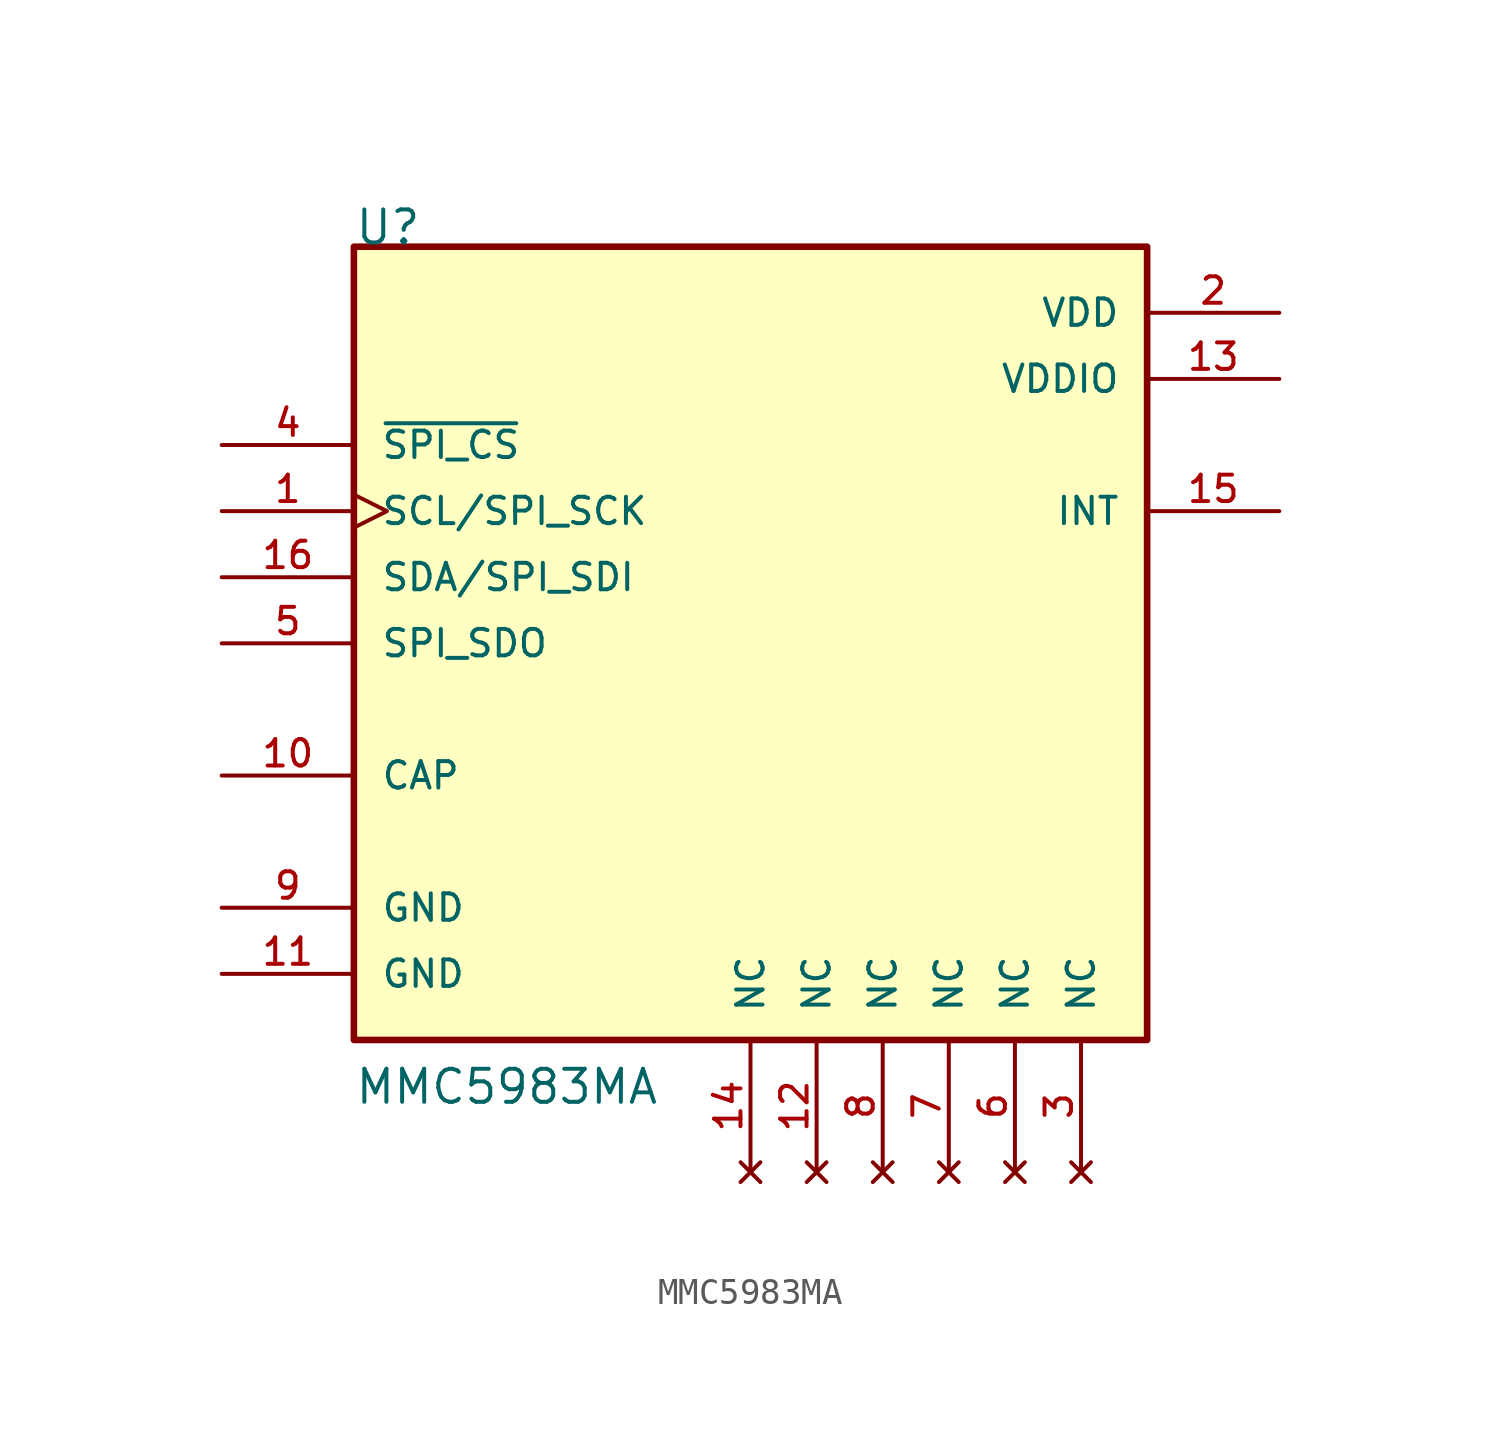
<source format=kicad_sym>
(kicad_symbol_lib
  (version 20220914)
  (generator kicad_symbol_editor)
  (symbol "MMC5983MA"
    (pin_names
      (offset 1.016))
    (property "Reference" "U"
      (at -15.24 15.24 0)
      (effects (font (size 1.27 1.27)) (justify left bottom)))
    (property "Value" "MMC5983MA"
      (at -15.24 -17.78 0)
      (effects (font (size 1.27 1.27)) (justify left bottom)))
    (symbol "MMC5983MA_0_0"
      (rectangle (start -15.24 -15.24) (end 15.24 15.24) (stroke (width 0.254) (type default)) (fill (type background)))
      (pin input clock (at -20.32 5.08 0) (length 5.08) (name "SCL/SPI_SCK" (effects (font (size 1.016 1.016)))) (number "1" (effects (font (size 1.016 1.016)))))
      (pin passive line (at -20.32 -5.08 0) (length 5.08) (name "CAP" (effects (font (size 1.016 1.016)))) (number "10" (effects (font (size 1.016 1.016)))))
      (pin power_in line (at -20.32 -12.7 0) (length 5.08) (name "GND" (effects (font (size 1.016 1.016)))) (number "11" (effects (font (size 1.016 1.016)))))
      (pin no_connect line (at 2.54 -20.32 90) (length 5.08) (name "NC" (effects (font (size 1.016 1.016)))) (number "12" (effects (font (size 1.016 1.016)))))
      (pin power_in line (at 20.32 10.16 180) (length 5.08) (name "VDDIO" (effects (font (size 1.016 1.016)))) (number "13" (effects (font (size 1.016 1.016)))))
      (pin no_connect line (at 0 -20.32 90) (length 5.08) (name "NC" (effects (font (size 1.016 1.016)))) (number "14" (effects (font (size 1.016 1.016)))))
      (pin output line (at 20.32 5.08 180) (length 5.08) (name "INT" (effects (font (size 1.016 1.016)))) (number "15" (effects (font (size 1.016 1.016)))))
      (pin bidirectional line (at -20.32 2.54 0) (length 5.08) (name "SDA/SPI_SDI" (effects (font (size 1.016 1.016)))) (number "16" (effects (font (size 1.016 1.016)))))
      (pin power_in line (at 20.32 12.7 180) (length 5.08) (name "VDD" (effects (font (size 1.016 1.016)))) (number "2" (effects (font (size 1.016 1.016)))))
      (pin no_connect line (at 12.7 -20.32 90) (length 5.08) (name "NC" (effects (font (size 1.016 1.016)))) (number "3" (effects (font (size 1.016 1.016)))))
      (pin input line (at -20.32 7.62 0) (length 5.08) (name "~{SPI_CS}" (effects (font (size 1.016 1.016)))) (number "4" (effects (font (size 1.016 1.016)))))
      (pin output line (at -20.32 0 0) (length 5.08) (name "SPI_SDO" (effects (font (size 1.016 1.016)))) (number "5" (effects (font (size 1.016 1.016)))))
      (pin no_connect line (at 10.16 -20.32 90) (length 5.08) (name "NC" (effects (font (size 1.016 1.016)))) (number "6" (effects (font (size 1.016 1.016)))))
      (pin no_connect line (at 7.62 -20.32 90) (length 5.08) (name "NC" (effects (font (size 1.016 1.016)))) (number "7" (effects (font (size 1.016 1.016)))))
      (pin no_connect line (at 5.08 -20.32 90) (length 5.08) (name "NC" (effects (font (size 1.016 1.016)))) (number "8" (effects (font (size 1.016 1.016)))))
      (pin power_in line (at -20.32 -10.16 0) (length 5.08) (name "GND" (effects (font (size 1.016 1.016)))) (number "9" (effects (font (size 1.016 1.016))))))))
</source>
